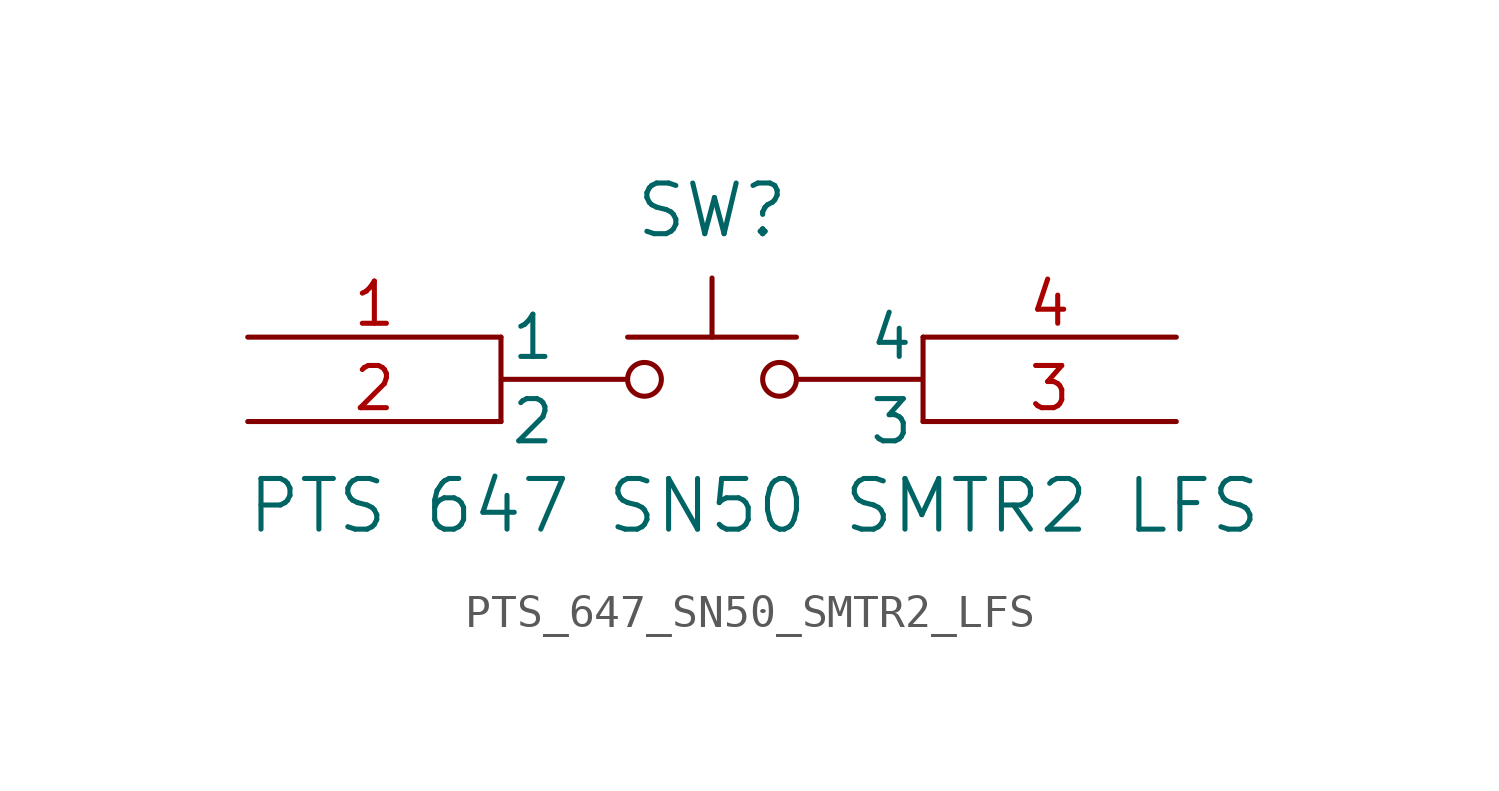
<source format=kicad_sym>
(kicad_symbol_lib
  (version 20220914)
  (generator kicad_symbol_editor)
  (symbol "PTS_647_SN50_SMTR2_LFS"
    (pin_names
      (offset 0.254))
    (property "Reference" "SW"
      (at 43.18 5.08 0)
      (effects (font (size 1.524 1.524))))
    (property "Value" "PTS 647 SN50 SMTR2 LFS"
      (at 44.45 -3.81 0)
      (effects (font (size 1.524 1.524))))
    (property "ki_locked" ""
      (at 0 0 0)
      (effects (font (size 1.27 1.27))))
    (symbol "PTS_647_SN50_SMTR2_LFS_0_1"
      (polyline (pts (xy 43.18 1.27) (xy 43.18 3.048)) (stroke (width 0) (type default)) (fill (type none)))
      (polyline (pts (xy 45.72 1.27) (xy 40.64 1.27)) (stroke (width 0) (type default)) (fill (type none)))
      (circle (center 41.148 0) (radius 0.508) (stroke (width 0) (type default)) (fill (type none)))
      (circle (center 45.212 0) (radius 0.508) (stroke (width 0) (type default)) (fill (type none)))
      (pin unspecified line (at 29.21 1.27 0) (length 7.62) (name "1" (effects (font (size 1.27 1.27)))) (number "1" (effects (font (size 1.27 1.27)))))
      (pin unspecified line (at 29.21 -1.27 0) (length 7.62) (name "2" (effects (font (size 1.27 1.27)))) (number "2" (effects (font (size 1.27 1.27)))))
      (pin unspecified line (at 57.15 -1.27 180) (length 7.62) (name "3" (effects (font (size 1.27 1.27)))) (number "3" (effects (font (size 1.27 1.27)))))
      (pin unspecified line (at 57.15 1.27 180) (length 7.62) (name "4" (effects (font (size 1.27 1.27)))) (number "4" (effects (font (size 1.27 1.27))))))
    (symbol "PTS_647_SN50_SMTR2_LFS_1_1"
      (polyline (pts (xy 40.64 0) (xy 36.83 0) (xy 36.83 1.27) (xy 36.83 -1.27)) (stroke (width 0) (type default)) (fill (type none)))
      (polyline (pts (xy 45.72 0) (xy 49.53 0) (xy 49.53 -1.27) (xy 49.53 1.27)) (stroke (width 0) (type default)) (fill (type none))))))
</source>
